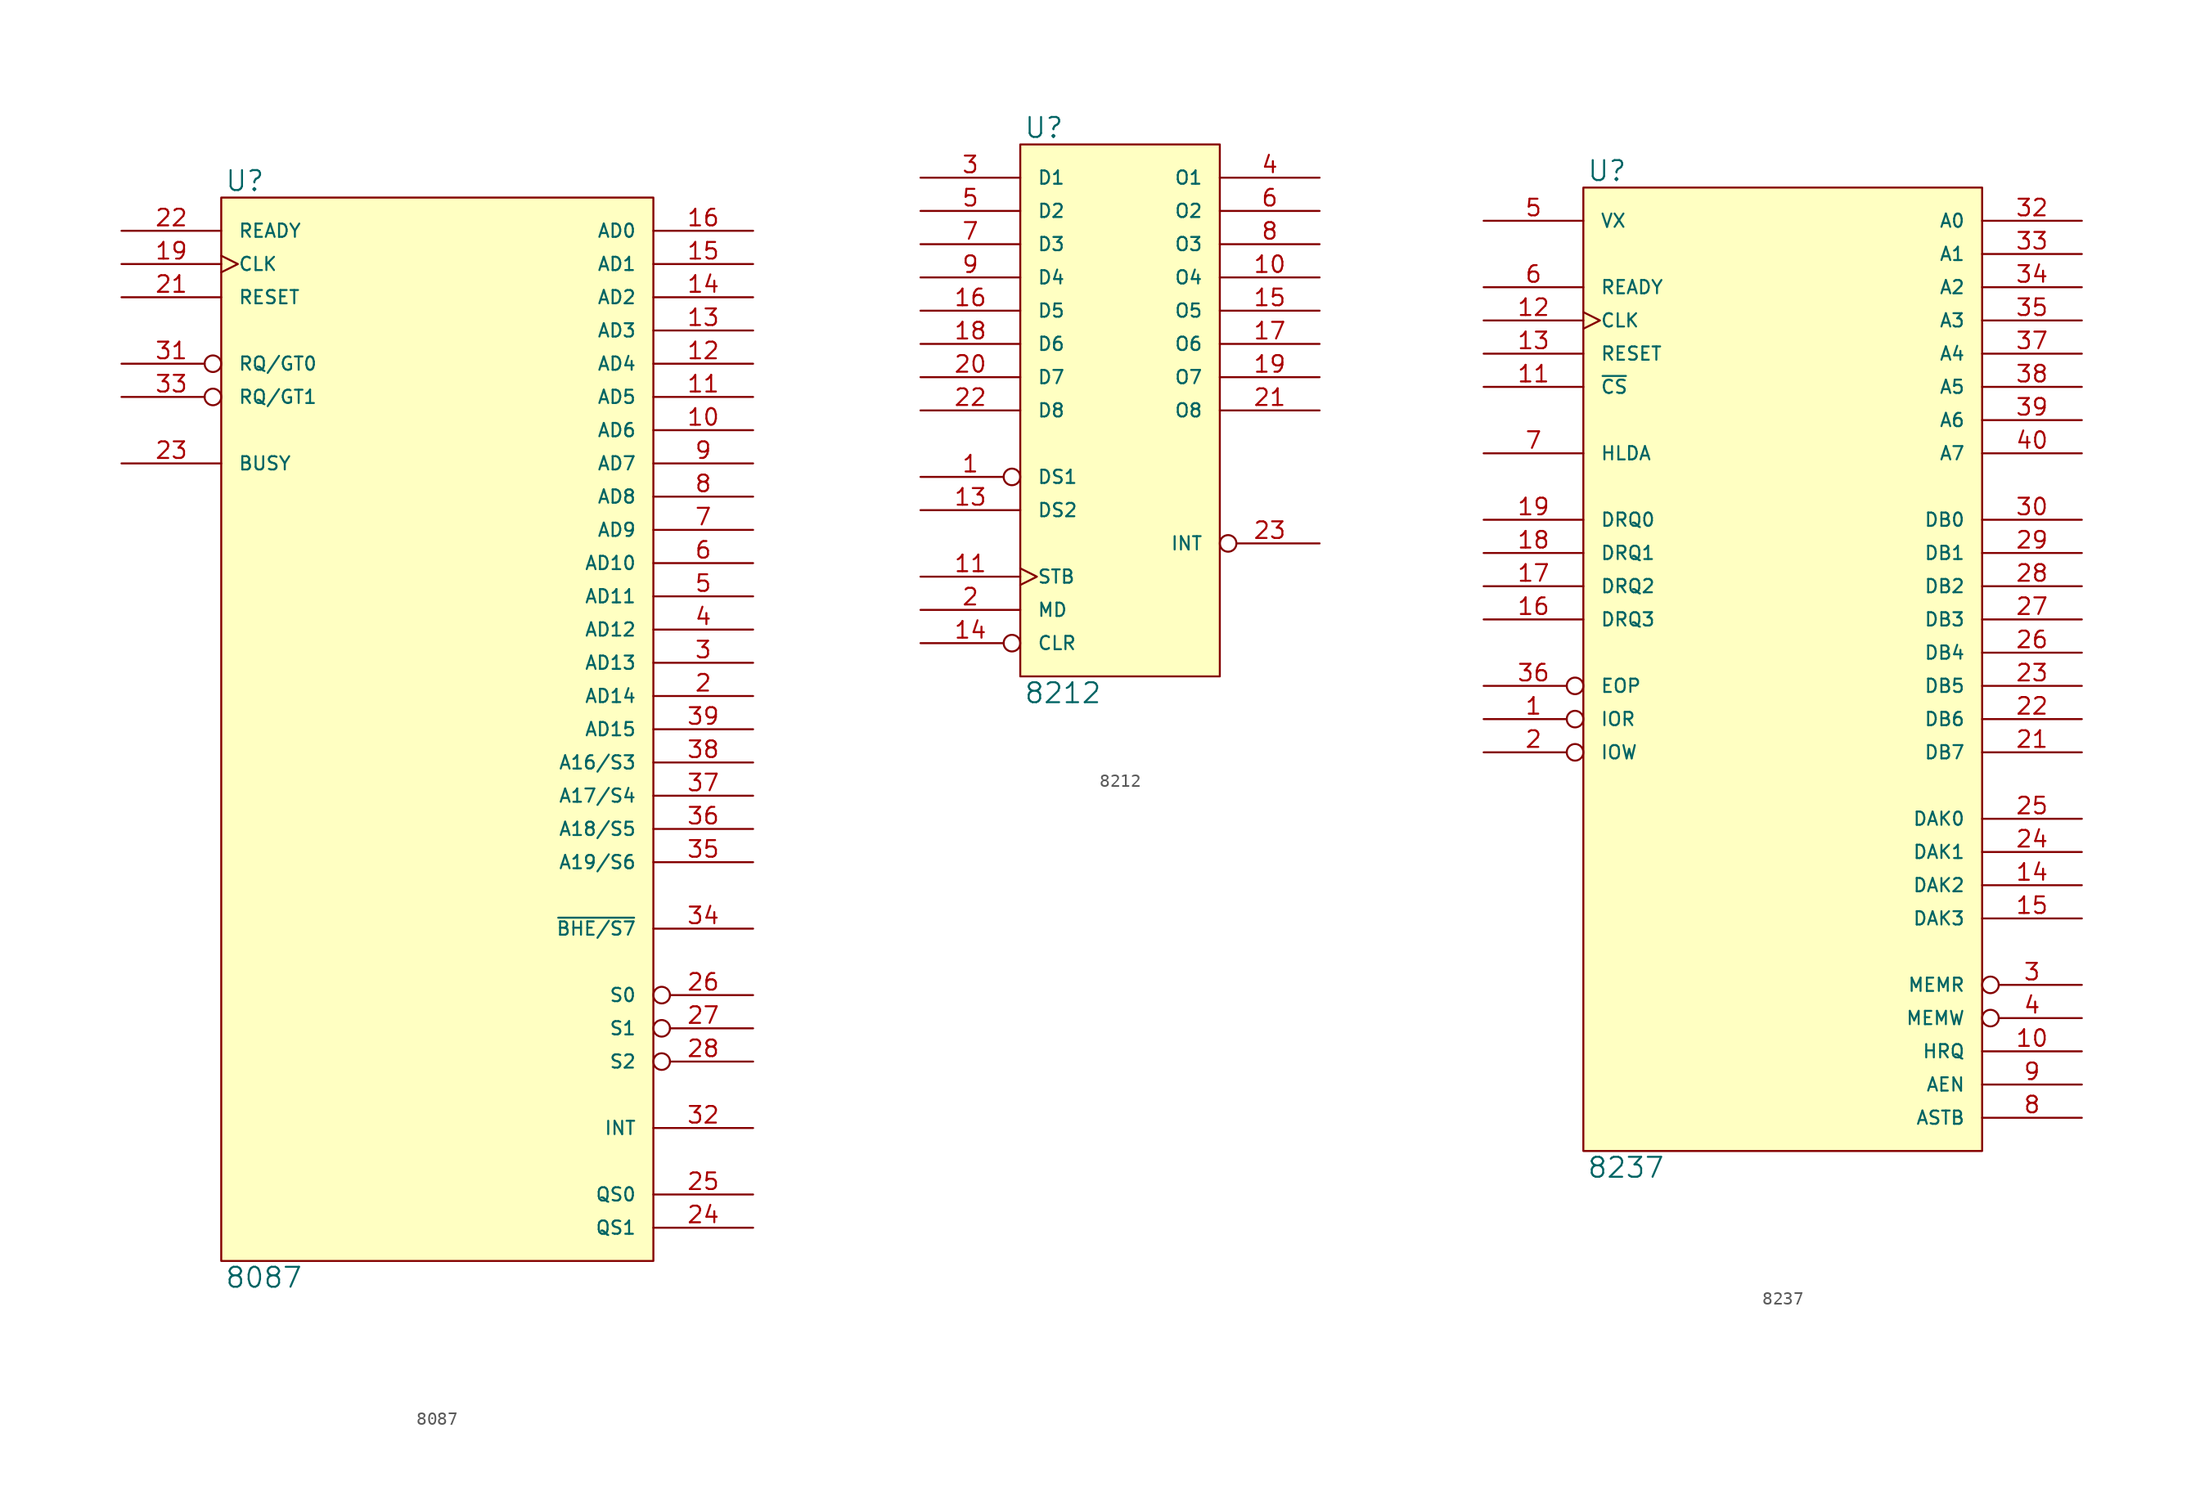
<source format=kicad_sym>
(kicad_symbol_lib
  (version 20231120)
  (generator "kicad_symbol_editor")
  (generator_version "8.0")
  (symbol "8087"
    (pin_names
      (offset 1.27))
    (property "Reference" "U"
      (at 0.254 0.381 0)
      (effects (font (size 1.524 1.524)) (justify left bottom)))
    (property "Value" "8087"
      (at 0.254 -81.661 0)
      (effects (font (size 1.524 1.524)) (justify left top)))
    (symbol "8087_0_1"
      (rectangle (start 0 0) (end 33.02 -81.28) (stroke (width 0) (type solid)) (fill (type background))))
    (symbol "8087_1_1"
      (pin power_in line (at 12.7 -81.28 90) (length 0) hide (name "GND" (effects (font (size 1.016 1.016)))) (number "1" (effects (font (size 1.27 1.27)))))
      (pin bidirectional line (at 40.64 -17.78 180) (length 7.62) (name "AD6" (effects (font (size 1.016 1.016)))) (number "10" (effects (font (size 1.27 1.27)))))
      (pin bidirectional line (at 40.64 -15.24 180) (length 7.62) (name "AD5" (effects (font (size 1.016 1.016)))) (number "11" (effects (font (size 1.27 1.27)))))
      (pin bidirectional line (at 40.64 -12.7 180) (length 7.62) (name "AD4" (effects (font (size 1.016 1.016)))) (number "12" (effects (font (size 1.27 1.27)))))
      (pin bidirectional line (at 40.64 -10.16 180) (length 7.62) (name "AD3" (effects (font (size 1.016 1.016)))) (number "13" (effects (font (size 1.27 1.27)))))
      (pin bidirectional line (at 40.64 -7.62 180) (length 7.62) (name "AD2" (effects (font (size 1.016 1.016)))) (number "14" (effects (font (size 1.27 1.27)))))
      (pin bidirectional line (at 40.64 -5.08 180) (length 7.62) (name "AD1" (effects (font (size 1.016 1.016)))) (number "15" (effects (font (size 1.27 1.27)))))
      (pin bidirectional line (at 40.64 -2.54 180) (length 7.62) (name "AD0" (effects (font (size 1.016 1.016)))) (number "16" (effects (font (size 1.27 1.27)))))
      (pin input clock (at -7.62 -5.08 0) (length 7.62) (name "CLK" (effects (font (size 1.016 1.016)))) (number "19" (effects (font (size 1.27 1.27)))))
      (pin bidirectional line (at 40.64 -38.1 180) (length 7.62) (name "AD14" (effects (font (size 1.016 1.016)))) (number "2" (effects (font (size 1.27 1.27)))))
      (pin power_in line (at 0 -81.28 90) (length 0) hide (name "GND" (effects (font (size 1.016 1.016)))) (number "20" (effects (font (size 1.27 1.27)))))
      (pin input line (at -7.62 -7.62 0) (length 7.62) (name "RESET" (effects (font (size 1.016 1.016)))) (number "21" (effects (font (size 1.27 1.27)))))
      (pin input line (at -7.62 -2.54 0) (length 7.62) (name "READY" (effects (font (size 1.016 1.016)))) (number "22" (effects (font (size 1.27 1.27)))))
      (pin output line (at -7.62 -20.32 0) (length 7.62) (name "BUSY" (effects (font (size 1.016 1.016)))) (number "23" (effects (font (size 1.27 1.27)))))
      (pin output line (at 40.64 -78.74 180) (length 7.62) (name "QS1" (effects (font (size 1.016 1.016)))) (number "24" (effects (font (size 1.27 1.27)))))
      (pin output line (at 40.64 -76.2 180) (length 7.62) (name "QS0" (effects (font (size 1.016 1.016)))) (number "25" (effects (font (size 1.27 1.27)))))
      (pin output inverted (at 40.64 -60.96 180) (length 7.62) (name "S0" (effects (font (size 1.016 1.016)))) (number "26" (effects (font (size 1.27 1.27)))))
      (pin output inverted (at 40.64 -63.5 180) (length 7.62) (name "S1" (effects (font (size 1.016 1.016)))) (number "27" (effects (font (size 1.27 1.27)))))
      (pin output inverted (at 40.64 -66.04 180) (length 7.62) (name "S2" (effects (font (size 1.016 1.016)))) (number "28" (effects (font (size 1.27 1.27)))))
      (pin bidirectional line (at 40.64 -35.56 180) (length 7.62) (name "AD13" (effects (font (size 1.016 1.016)))) (number "3" (effects (font (size 1.27 1.27)))))
      (pin bidirectional inverted (at -7.62 -12.7 0) (length 7.62) (name "RQ/GT0" (effects (font (size 1.016 1.016)))) (number "31" (effects (font (size 1.27 1.27)))))
      (pin output line (at 40.64 -71.12 180) (length 7.62) (name "INT" (effects (font (size 1.016 1.016)))) (number "32" (effects (font (size 1.27 1.27)))))
      (pin bidirectional inverted (at -7.62 -15.24 0) (length 7.62) (name "RQ/GT1" (effects (font (size 1.016 1.016)))) (number "33" (effects (font (size 1.27 1.27)))))
      (pin output line (at 40.64 -55.88 180) (length 7.62) (name "~{BHE/S7}" (effects (font (size 1.016 1.016)))) (number "34" (effects (font (size 1.27 1.27)))))
      (pin output line (at 40.64 -50.8 180) (length 7.62) (name "A19/S6" (effects (font (size 1.016 1.016)))) (number "35" (effects (font (size 1.27 1.27)))))
      (pin output line (at 40.64 -48.26 180) (length 7.62) (name "A18/S5" (effects (font (size 1.016 1.016)))) (number "36" (effects (font (size 1.27 1.27)))))
      (pin output line (at 40.64 -45.72 180) (length 7.62) (name "A17/S4" (effects (font (size 1.016 1.016)))) (number "37" (effects (font (size 1.27 1.27)))))
      (pin output line (at 40.64 -43.18 180) (length 7.62) (name "A16/S3" (effects (font (size 1.016 1.016)))) (number "38" (effects (font (size 1.27 1.27)))))
      (pin bidirectional line (at 40.64 -40.64 180) (length 7.62) (name "AD15" (effects (font (size 1.016 1.016)))) (number "39" (effects (font (size 1.27 1.27)))))
      (pin bidirectional line (at 40.64 -33.02 180) (length 7.62) (name "AD12" (effects (font (size 1.016 1.016)))) (number "4" (effects (font (size 1.27 1.27)))))
      (pin power_in line (at 0 0 270) (length 0) hide (name "VCC" (effects (font (size 1.016 1.016)))) (number "40" (effects (font (size 1.27 1.27)))))
      (pin bidirectional line (at 40.64 -30.48 180) (length 7.62) (name "AD11" (effects (font (size 1.016 1.016)))) (number "5" (effects (font (size 1.27 1.27)))))
      (pin bidirectional line (at 40.64 -27.94 180) (length 7.62) (name "AD10" (effects (font (size 1.016 1.016)))) (number "6" (effects (font (size 1.27 1.27)))))
      (pin bidirectional line (at 40.64 -25.4 180) (length 7.62) (name "AD9" (effects (font (size 1.016 1.016)))) (number "7" (effects (font (size 1.27 1.27)))))
      (pin bidirectional line (at 40.64 -22.86 180) (length 7.62) (name "AD8" (effects (font (size 1.016 1.016)))) (number "8" (effects (font (size 1.27 1.27)))))
      (pin bidirectional line (at 40.64 -20.32 180) (length 7.62) (name "AD7" (effects (font (size 1.016 1.016)))) (number "9" (effects (font (size 1.27 1.27)))))))
  (symbol "8212"
    (pin_names
      (offset 1.27))
    (property "Reference" "U"
      (at 0.254 0.381 0)
      (effects (font (size 1.524 1.524)) (justify left bottom)))
    (property "Value" "8212"
      (at 0.254 -41.021 0)
      (effects (font (size 1.524 1.524)) (justify left top)))
    (symbol "8212_0_1"
      (rectangle (start 0 0) (end 15.24 -40.64) (stroke (width 0) (type solid)) (fill (type background))))
    (symbol "8212_1_1"
      (pin input inverted (at -7.62 -25.4 0) (length 7.62) (name "DS1" (effects (font (size 1.016 1.016)))) (number "1" (effects (font (size 1.27 1.27)))))
      (pin tri_state line (at 22.86 -10.16 180) (length 7.62) (name "O4" (effects (font (size 1.016 1.016)))) (number "10" (effects (font (size 1.27 1.27)))))
      (pin input clock (at -7.62 -33.02 0) (length 7.62) (name "STB" (effects (font (size 1.016 1.016)))) (number "11" (effects (font (size 1.27 1.27)))))
      (pin power_in line (at 0 -40.64 90) (length 0) hide (name "GND" (effects (font (size 1.016 1.016)))) (number "12" (effects (font (size 1.27 1.27)))))
      (pin input line (at -7.62 -27.94 0) (length 7.62) (name "DS2" (effects (font (size 1.016 1.016)))) (number "13" (effects (font (size 1.27 1.27)))))
      (pin input inverted (at -7.62 -38.1 0) (length 7.62) (name "CLR" (effects (font (size 1.016 1.016)))) (number "14" (effects (font (size 1.27 1.27)))))
      (pin tri_state line (at 22.86 -12.7 180) (length 7.62) (name "O5" (effects (font (size 1.016 1.016)))) (number "15" (effects (font (size 1.27 1.27)))))
      (pin input line (at -7.62 -12.7 0) (length 7.62) (name "D5" (effects (font (size 1.016 1.016)))) (number "16" (effects (font (size 1.27 1.27)))))
      (pin tri_state line (at 22.86 -15.24 180) (length 7.62) (name "O6" (effects (font (size 1.016 1.016)))) (number "17" (effects (font (size 1.27 1.27)))))
      (pin input line (at -7.62 -15.24 0) (length 7.62) (name "D6" (effects (font (size 1.016 1.016)))) (number "18" (effects (font (size 1.27 1.27)))))
      (pin tri_state line (at 22.86 -17.78 180) (length 7.62) (name "O7" (effects (font (size 1.016 1.016)))) (number "19" (effects (font (size 1.27 1.27)))))
      (pin input line (at -7.62 -35.56 0) (length 7.62) (name "MD" (effects (font (size 1.016 1.016)))) (number "2" (effects (font (size 1.27 1.27)))))
      (pin input line (at -7.62 -17.78 0) (length 7.62) (name "D7" (effects (font (size 1.016 1.016)))) (number "20" (effects (font (size 1.27 1.27)))))
      (pin tri_state line (at 22.86 -20.32 180) (length 7.62) (name "O8" (effects (font (size 1.016 1.016)))) (number "21" (effects (font (size 1.27 1.27)))))
      (pin input line (at -7.62 -20.32 0) (length 7.62) (name "D8" (effects (font (size 1.016 1.016)))) (number "22" (effects (font (size 1.27 1.27)))))
      (pin output inverted (at 22.86 -30.48 180) (length 7.62) (name "INT" (effects (font (size 1.016 1.016)))) (number "23" (effects (font (size 1.27 1.27)))))
      (pin power_in line (at 0 0 270) (length 0) hide (name "VCC" (effects (font (size 1.016 1.016)))) (number "24" (effects (font (size 1.27 1.27)))))
      (pin input line (at -7.62 -2.54 0) (length 7.62) (name "D1" (effects (font (size 1.016 1.016)))) (number "3" (effects (font (size 1.27 1.27)))))
      (pin tri_state line (at 22.86 -2.54 180) (length 7.62) (name "O1" (effects (font (size 1.016 1.016)))) (number "4" (effects (font (size 1.27 1.27)))))
      (pin input line (at -7.62 -5.08 0) (length 7.62) (name "D2" (effects (font (size 1.016 1.016)))) (number "5" (effects (font (size 1.27 1.27)))))
      (pin tri_state line (at 22.86 -5.08 180) (length 7.62) (name "O2" (effects (font (size 1.016 1.016)))) (number "6" (effects (font (size 1.27 1.27)))))
      (pin input line (at -7.62 -7.62 0) (length 7.62) (name "D3" (effects (font (size 1.016 1.016)))) (number "7" (effects (font (size 1.27 1.27)))))
      (pin tri_state line (at 22.86 -7.62 180) (length 7.62) (name "O3" (effects (font (size 1.016 1.016)))) (number "8" (effects (font (size 1.27 1.27)))))
      (pin input line (at -7.62 -10.16 0) (length 7.62) (name "D4" (effects (font (size 1.016 1.016)))) (number "9" (effects (font (size 1.27 1.27)))))))
  (symbol "8237"
    (pin_names
      (offset 1.27))
    (property "Reference" "U"
      (at 0.254 0.381 0)
      (effects (font (size 1.524 1.524)) (justify left bottom)))
    (property "Value" "8237"
      (at 0.254 -74.041 0)
      (effects (font (size 1.524 1.524)) (justify left top)))
    (symbol "8237_0_1"
      (rectangle (start 0 0) (end 30.48 -73.66) (stroke (width 0) (type solid)) (fill (type background))))
    (symbol "8237_1_1"
      (pin bidirectional inverted (at -7.62 -40.64 0) (length 7.62) (name "IOR" (effects (font (size 1.016 1.016)))) (number "1" (effects (font (size 1.27 1.27)))))
      (pin output line (at 38.1 -66.04 180) (length 7.62) (name "HRQ" (effects (font (size 1.016 1.016)))) (number "10" (effects (font (size 1.27 1.27)))))
      (pin input line (at -7.62 -15.24 0) (length 7.62) (name "~{CS}" (effects (font (size 1.016 1.016)))) (number "11" (effects (font (size 1.27 1.27)))))
      (pin input clock (at -7.62 -10.16 0) (length 7.62) (name "CLK" (effects (font (size 1.016 1.016)))) (number "12" (effects (font (size 1.27 1.27)))))
      (pin input line (at -7.62 -12.7 0) (length 7.62) (name "RESET" (effects (font (size 1.016 1.016)))) (number "13" (effects (font (size 1.27 1.27)))))
      (pin output line (at 38.1 -53.34 180) (length 7.62) (name "DAK2" (effects (font (size 1.016 1.016)))) (number "14" (effects (font (size 1.27 1.27)))))
      (pin output line (at 38.1 -55.88 180) (length 7.62) (name "DAK3" (effects (font (size 1.016 1.016)))) (number "15" (effects (font (size 1.27 1.27)))))
      (pin input line (at -7.62 -33.02 0) (length 7.62) (name "DRQ3" (effects (font (size 1.016 1.016)))) (number "16" (effects (font (size 1.27 1.27)))))
      (pin input line (at -7.62 -30.48 0) (length 7.62) (name "DRQ2" (effects (font (size 1.016 1.016)))) (number "17" (effects (font (size 1.27 1.27)))))
      (pin input line (at -7.62 -27.94 0) (length 7.62) (name "DRQ1" (effects (font (size 1.016 1.016)))) (number "18" (effects (font (size 1.27 1.27)))))
      (pin input line (at -7.62 -25.4 0) (length 7.62) (name "DRQ0" (effects (font (size 1.016 1.016)))) (number "19" (effects (font (size 1.27 1.27)))))
      (pin bidirectional inverted (at -7.62 -43.18 0) (length 7.62) (name "IOW" (effects (font (size 1.016 1.016)))) (number "2" (effects (font (size 1.27 1.27)))))
      (pin power_in line (at 0 -73.66 90) (length 0) hide (name "VSS" (effects (font (size 1.016 1.016)))) (number "20" (effects (font (size 1.27 1.27)))))
      (pin bidirectional line (at 38.1 -43.18 180) (length 7.62) (name "DB7" (effects (font (size 1.016 1.016)))) (number "21" (effects (font (size 1.27 1.27)))))
      (pin bidirectional line (at 38.1 -40.64 180) (length 7.62) (name "DB6" (effects (font (size 1.016 1.016)))) (number "22" (effects (font (size 1.27 1.27)))))
      (pin bidirectional line (at 38.1 -38.1 180) (length 7.62) (name "DB5" (effects (font (size 1.016 1.016)))) (number "23" (effects (font (size 1.27 1.27)))))
      (pin output line (at 38.1 -50.8 180) (length 7.62) (name "DAK1" (effects (font (size 1.016 1.016)))) (number "24" (effects (font (size 1.27 1.27)))))
      (pin output line (at 38.1 -48.26 180) (length 7.62) (name "DAK0" (effects (font (size 1.016 1.016)))) (number "25" (effects (font (size 1.27 1.27)))))
      (pin bidirectional line (at 38.1 -35.56 180) (length 7.62) (name "DB4" (effects (font (size 1.016 1.016)))) (number "26" (effects (font (size 1.27 1.27)))))
      (pin bidirectional line (at 38.1 -33.02 180) (length 7.62) (name "DB3" (effects (font (size 1.016 1.016)))) (number "27" (effects (font (size 1.27 1.27)))))
      (pin bidirectional line (at 38.1 -30.48 180) (length 7.62) (name "DB2" (effects (font (size 1.016 1.016)))) (number "28" (effects (font (size 1.27 1.27)))))
      (pin bidirectional line (at 38.1 -27.94 180) (length 7.62) (name "DB1" (effects (font (size 1.016 1.016)))) (number "29" (effects (font (size 1.27 1.27)))))
      (pin output inverted (at 38.1 -60.96 180) (length 7.62) (name "MEMR" (effects (font (size 1.016 1.016)))) (number "3" (effects (font (size 1.27 1.27)))))
      (pin bidirectional line (at 38.1 -25.4 180) (length 7.62) (name "DB0" (effects (font (size 1.016 1.016)))) (number "30" (effects (font (size 1.27 1.27)))))
      (pin power_in line (at 0 0 270) (length 0) hide (name "VCC" (effects (font (size 1.016 1.016)))) (number "31" (effects (font (size 1.27 1.27)))))
      (pin bidirectional line (at 38.1 -2.54 180) (length 7.62) (name "A0" (effects (font (size 1.016 1.016)))) (number "32" (effects (font (size 1.27 1.27)))))
      (pin bidirectional line (at 38.1 -5.08 180) (length 7.62) (name "A1" (effects (font (size 1.016 1.016)))) (number "33" (effects (font (size 1.27 1.27)))))
      (pin bidirectional line (at 38.1 -7.62 180) (length 7.62) (name "A2" (effects (font (size 1.016 1.016)))) (number "34" (effects (font (size 1.27 1.27)))))
      (pin bidirectional line (at 38.1 -10.16 180) (length 7.62) (name "A3" (effects (font (size 1.016 1.016)))) (number "35" (effects (font (size 1.27 1.27)))))
      (pin bidirectional inverted (at -7.62 -38.1 0) (length 7.62) (name "EOP" (effects (font (size 1.016 1.016)))) (number "36" (effects (font (size 1.27 1.27)))))
      (pin bidirectional line (at 38.1 -12.7 180) (length 7.62) (name "A4" (effects (font (size 1.016 1.016)))) (number "37" (effects (font (size 1.27 1.27)))))
      (pin bidirectional line (at 38.1 -15.24 180) (length 7.62) (name "A5" (effects (font (size 1.016 1.016)))) (number "38" (effects (font (size 1.27 1.27)))))
      (pin bidirectional line (at 38.1 -17.78 180) (length 7.62) (name "A6" (effects (font (size 1.016 1.016)))) (number "39" (effects (font (size 1.27 1.27)))))
      (pin output inverted (at 38.1 -63.5 180) (length 7.62) (name "MEMW" (effects (font (size 1.016 1.016)))) (number "4" (effects (font (size 1.27 1.27)))))
      (pin bidirectional line (at 38.1 -20.32 180) (length 7.62) (name "A7" (effects (font (size 1.016 1.016)))) (number "40" (effects (font (size 1.27 1.27)))))
      (pin input line (at -7.62 -2.54 0) (length 7.62) (name "VX" (effects (font (size 1.016 1.016)))) (number "5" (effects (font (size 1.27 1.27)))))
      (pin input line (at -7.62 -7.62 0) (length 7.62) (name "READY" (effects (font (size 1.016 1.016)))) (number "6" (effects (font (size 1.27 1.27)))))
      (pin input line (at -7.62 -20.32 0) (length 7.62) (name "HLDA" (effects (font (size 1.016 1.016)))) (number "7" (effects (font (size 1.27 1.27)))))
      (pin output line (at 38.1 -71.12 180) (length 7.62) (name "ASTB" (effects (font (size 1.016 1.016)))) (number "8" (effects (font (size 1.27 1.27)))))
      (pin output line (at 38.1 -68.58 180) (length 7.62) (name "AEN" (effects (font (size 1.016 1.016)))) (number "9" (effects (font (size 1.27 1.27))))))))
</source>
